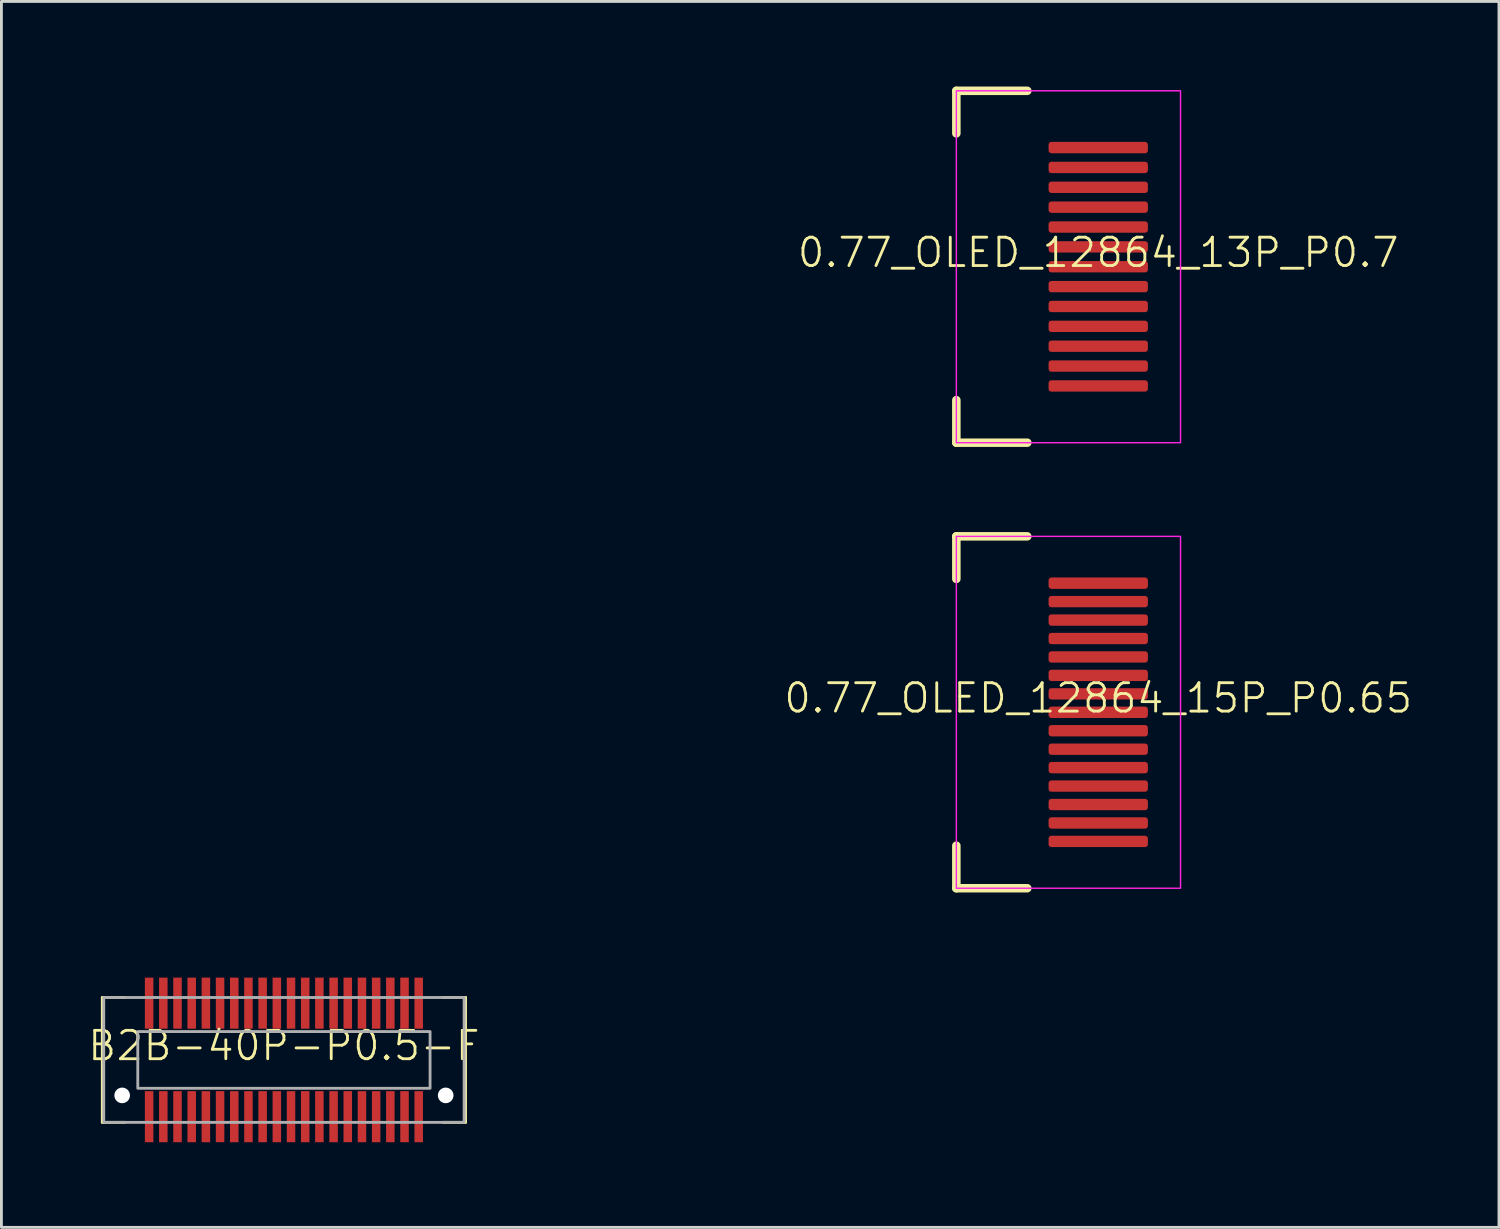
<source format=kicad_pcb>
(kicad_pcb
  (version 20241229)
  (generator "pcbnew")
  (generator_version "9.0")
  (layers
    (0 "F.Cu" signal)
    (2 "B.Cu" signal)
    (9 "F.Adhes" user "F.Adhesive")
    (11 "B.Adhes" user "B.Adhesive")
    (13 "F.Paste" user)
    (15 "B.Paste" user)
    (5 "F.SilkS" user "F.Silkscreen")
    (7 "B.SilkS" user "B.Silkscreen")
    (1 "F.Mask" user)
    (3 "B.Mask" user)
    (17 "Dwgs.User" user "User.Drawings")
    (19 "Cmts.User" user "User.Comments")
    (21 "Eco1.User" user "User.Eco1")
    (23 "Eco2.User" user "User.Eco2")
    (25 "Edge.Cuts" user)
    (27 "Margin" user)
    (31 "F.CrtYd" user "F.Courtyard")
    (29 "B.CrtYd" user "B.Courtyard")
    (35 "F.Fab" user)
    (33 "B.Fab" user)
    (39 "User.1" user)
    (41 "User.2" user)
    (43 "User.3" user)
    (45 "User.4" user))
  (footprint "B2B-40P-P0.5-F"
    (layer "F.Cu")
    (at 6.955 34.3)
    (property "Reference" "B2B-40P-P0.5-F" (at 0 -0.5 0) (unlocked yes) (layer "F.SilkS") (effects (font (size 1 1) (thickness 0.1))))
    (attr smd)
    (fp_line (start -6.4 -2.2) (end -6.4 2.2) (stroke (width 0.1) (type default)) (layer "F.SilkS"))
    (fp_line (start -6.4 -2.2) (end -5.6 -2.2) (stroke (width 0.1) (type default)) (layer "F.SilkS"))
    (fp_line (start -6.4 2.2) (end -5.6 2.2) (stroke (width 0.1) (type default)) (layer "F.SilkS"))
    (fp_line (start 5.6 -2.2) (end 6.4 -2.2) (stroke (width 0.1) (type default)) (layer "F.SilkS"))
    (fp_line (start 5.6 2.2) (end 6.4 2.2) (stroke (width 0.1) (type default)) (layer "F.SilkS"))
    (fp_line (start 6.4 -2.2) (end 6.4 2.2) (stroke (width 0.1) (type default)) (layer "F.SilkS"))
    (fp_rect (start -6.35 -2.2) (end 6.35 2.2) (stroke (width 0.1) (type default)) (fill no) (layer "F.Fab"))
    (fp_rect (start -5.15 -1) (end 5.15 1) (stroke (width 0.1) (type default)) (fill no) (layer "F.Fab"))
    (pad "" np_thru_hole circle (at -5.7 1.25) (size 0.55 0.55) (drill 0.555) (layers "*.Cu" "*.Mask"))
    (pad "" np_thru_hole circle (at 5.7 1.25) (size 0.55 0.55) (drill 0.555) (layers "*.Cu" "*.Mask"))
    (pad "1" smd rect (at -4.75 -2) (size 0.3 1.8) (layers "F.Cu" "F.Mask" "F.Paste"))
    (pad "2" smd rect (at -4.25 -2) (size 0.3 1.8) (layers "F.Cu" "F.Mask" "F.Paste"))
    (pad "3" smd rect (at -3.75 -2) (size 0.3 1.8) (layers "F.Cu" "F.Mask" "F.Paste"))
    (pad "4" smd rect (at -3.25 -2) (size 0.3 1.8) (layers "F.Cu" "F.Mask" "F.Paste"))
    (pad "5" smd rect (at -2.75 -2) (size 0.3 1.8) (layers "F.Cu" "F.Mask" "F.Paste"))
    (pad "6" smd rect (at -2.25 -2) (size 0.3 1.8) (layers "F.Cu" "F.Mask" "F.Paste"))
    (pad "7" smd rect (at -1.75 -2) (size 0.3 1.8) (layers "F.Cu" "F.Mask" "F.Paste"))
    (pad "8" smd rect (at -1.25 -2) (size 0.3 1.8) (layers "F.Cu" "F.Mask" "F.Paste"))
    (pad "9" smd rect (at -0.75 -2) (size 0.3 1.8) (layers "F.Cu" "F.Mask" "F.Paste"))
    (pad "10" smd rect (at -0.25 -2) (size 0.3 1.8) (layers "F.Cu" "F.Mask" "F.Paste"))
    (pad "11" smd rect (at 0.25 -2) (size 0.3 1.8) (layers "F.Cu" "F.Mask" "F.Paste"))
    (pad "12" smd rect (at 0.75 -2) (size 0.3 1.8) (layers "F.Cu" "F.Mask" "F.Paste"))
    (pad "13" smd rect (at 1.25 -2) (size 0.3 1.8) (layers "F.Cu" "F.Mask" "F.Paste"))
    (pad "14" smd rect (at 1.75 -2) (size 0.3 1.8) (layers "F.Cu" "F.Mask" "F.Paste"))
    (pad "15" smd rect (at 2.25 -2) (size 0.3 1.8) (layers "F.Cu" "F.Mask" "F.Paste"))
    (pad "16" smd rect (at 2.75 -2) (size 0.3 1.8) (layers "F.Cu" "F.Mask" "F.Paste"))
    (pad "17" smd rect (at 3.25 -2) (size 0.3 1.8) (layers "F.Cu" "F.Mask" "F.Paste"))
    (pad "18" smd rect (at 3.75 -2) (size 0.3 1.8) (layers "F.Cu" "F.Mask" "F.Paste"))
    (pad "19" smd rect (at 4.25 -2) (size 0.3 1.8) (layers "F.Cu" "F.Mask" "F.Paste"))
    (pad "20" smd rect (at 4.75 -2) (size 0.3 1.8) (layers "F.Cu" "F.Mask" "F.Paste"))
    (pad "21" smd rect (at -4.75 2) (size 0.3 1.8) (layers "F.Cu" "F.Mask" "F.Paste"))
    (pad "22" smd rect (at -4.25 2) (size 0.3 1.8) (layers "F.Cu" "F.Mask" "F.Paste"))
    (pad "23" smd rect (at -3.75 2) (size 0.3 1.8) (layers "F.Cu" "F.Mask" "F.Paste"))
    (pad "24" smd rect (at -3.25 2) (size 0.3 1.8) (layers "F.Cu" "F.Mask" "F.Paste"))
    (pad "25" smd rect (at -2.75 2) (size 0.3 1.8) (layers "F.Cu" "F.Mask" "F.Paste"))
    (pad "26" smd rect (at -2.25 2) (size 0.3 1.8) (layers "F.Cu" "F.Mask" "F.Paste"))
    (pad "27" smd rect (at -1.75 2) (size 0.3 1.8) (layers "F.Cu" "F.Mask" "F.Paste"))
    (pad "28" smd rect (at -1.25 2) (size 0.3 1.8) (layers "F.Cu" "F.Mask" "F.Paste"))
    (pad "29" smd rect (at -0.75 2) (size 0.3 1.8) (layers "F.Cu" "F.Mask" "F.Paste"))
    (pad "30" smd rect (at -0.25 2) (size 0.3 1.8) (layers "F.Cu" "F.Mask" "F.Paste"))
    (pad "31" smd rect (at 0.25 2) (size 0.3 1.8) (layers "F.Cu" "F.Mask" "F.Paste"))
    (pad "32" smd rect (at 0.75 2) (size 0.3 1.8) (layers "F.Cu" "F.Mask" "F.Paste"))
    (pad "33" smd rect (at 1.25 2) (size 0.3 1.8) (layers "F.Cu" "F.Mask" "F.Paste"))
    (pad "34" smd rect (at 1.75 2) (size 0.3 1.8) (layers "F.Cu" "F.Mask" "F.Paste"))
    (pad "35" smd rect (at 2.25 2) (size 0.3 1.8) (layers "F.Cu" "F.Mask" "F.Paste"))
    (pad "36" smd rect (at 2.75 2) (size 0.3 1.8) (layers "F.Cu" "F.Mask" "F.Paste"))
    (pad "37" smd rect (at 3.25 2) (size 0.3 1.8) (layers "F.Cu" "F.Mask" "F.Paste"))
    (pad "38" smd rect (at 3.75 2) (size 0.3 1.8) (layers "F.Cu" "F.Mask" "F.Paste"))
    (pad "39" smd rect (at 4.25 2) (size 0.3 1.8) (layers "F.Cu" "F.Mask" "F.Paste"))
    (pad "40" smd rect (at 4.75 2) (size 0.3 1.8) (layers "F.Cu" "F.Mask" "F.Paste")))
  (footprint "0.77_OLED_12864_15P_P0.65"
    (layer "F.Cu")
    (at 35.65 22.05)
    (property "Reference" "0.77_OLED_12864_15P_P0.65" (at 0 -0.5 0) (unlocked yes) (layer "F.SilkS") (effects (font (size 1 1) (thickness 0.1))))
    (attr smd)
    (fp_line (start -5 -6.2) (end -5 -4.7) (stroke (width 0.3) (type default)) (layer "F.SilkS"))
    (fp_line (start -5 -6.2) (end -2.5 -6.2) (stroke (width 0.3) (type default)) (layer "F.SilkS"))
    (fp_line (start -5 6.2) (end -5 4.7) (stroke (width 0.3) (type default)) (layer "F.SilkS"))
    (fp_line (start -5 6.2) (end -2.5 6.2) (stroke (width 0.3) (type default)) (layer "F.SilkS"))
    (fp_rect (start -5 -6.2) (end 2.9 6.2) (stroke (width 0.05) (type default)) (fill no) (layer "F.CrtYd"))
    (fp_rect (start -35.6 -6.065) (end -12 6.065) (stroke (width 0.1) (type default)) (fill no) (layer "User.1"))
    (fp_rect (start -12 -5) (end 0 5) (stroke (width 0.1) (type default)) (fill no) (layer "User.1"))
    (pad "1" smd roundrect (at 0 4.55) (size 3.5 0.4) (layers "F.Cu" "F.Mask" "F.Paste") (roundrect_rratio 0.25))
    (pad "2" smd roundrect (at 0 3.9) (size 3.5 0.4) (layers "F.Cu" "F.Mask" "F.Paste") (roundrect_rratio 0.25))
    (pad "3" smd roundrect (at 0 3.25) (size 3.5 0.4) (layers "F.Cu" "F.Mask" "F.Paste") (roundrect_rratio 0.25))
    (pad "4" smd roundrect (at 0 2.6) (size 3.5 0.4) (layers "F.Cu" "F.Mask" "F.Paste") (roundrect_rratio 0.25))
    (pad "5" smd roundrect (at 0 1.95) (size 3.5 0.4) (layers "F.Cu" "F.Mask" "F.Paste") (roundrect_rratio 0.25))
    (pad "6" smd roundrect (at 0 1.3) (size 3.5 0.4) (layers "F.Cu" "F.Mask" "F.Paste") (roundrect_rratio 0.25))
    (pad "7" smd roundrect (at 0 0.65) (size 3.5 0.4) (layers "F.Cu" "F.Mask" "F.Paste") (roundrect_rratio 0.25))
    (pad "8" smd roundrect (at 0 0) (size 3.5 0.4) (layers "F.Cu" "F.Mask" "F.Paste") (roundrect_rratio 0.25))
    (pad "9" smd roundrect (at 0 -0.65) (size 3.5 0.4) (layers "F.Cu" "F.Mask" "F.Paste") (roundrect_rratio 0.25))
    (pad "10" smd roundrect (at 0 -1.3) (size 3.5 0.4) (layers "F.Cu" "F.Mask" "F.Paste") (roundrect_rratio 0.25))
    (pad "11" smd roundrect (at 0 -1.95) (size 3.5 0.4) (layers "F.Cu" "F.Mask" "F.Paste") (roundrect_rratio 0.25))
    (pad "12" smd roundrect (at 0 -2.6) (size 3.5 0.4) (layers "F.Cu" "F.Mask" "F.Paste") (roundrect_rratio 0.25))
    (pad "13" smd roundrect (at 0 -3.25) (size 3.5 0.4) (layers "F.Cu" "F.Mask" "F.Paste") (roundrect_rratio 0.25))
    (pad "14" smd roundrect (at 0 -3.9) (size 3.5 0.4) (layers "F.Cu" "F.Mask" "F.Paste") (roundrect_rratio 0.25))
    (pad "15" smd roundrect (at 0 -4.55) (size 3.5 0.4) (layers "F.Cu" "F.Mask" "F.Paste") (roundrect_rratio 0.25)))
  (footprint "0.77_OLED_12864_13P_P0.7"
    (layer "F.Cu")
    (at 35.65 6.35)
    (property "Reference" "0.77_OLED_12864_13P_P0.7" (at 0 -0.5 0) (unlocked yes) (layer "F.SilkS") (effects (font (size 1 1) (thickness 0.1))))
    (attr smd)
    (fp_line (start -5 -6.2) (end -5 -4.7) (stroke (width 0.3) (type default)) (layer "F.SilkS"))
    (fp_line (start -5 -6.2) (end -2.5 -6.2) (stroke (width 0.3) (type default)) (layer "F.SilkS"))
    (fp_line (start -5 6.2) (end -5 4.7) (stroke (width 0.3) (type default)) (layer "F.SilkS"))
    (fp_line (start -5 6.2) (end -2.5 6.2) (stroke (width 0.3) (type default)) (layer "F.SilkS"))
    (fp_rect (start -5 -6.2) (end 2.9 6.2) (stroke (width 0.05) (type default)) (fill no) (layer "F.CrtYd"))
    (fp_rect (start -35.6 -6.065) (end -12 6.065) (stroke (width 0.1) (type default)) (fill no) (layer "User.1"))
    (fp_rect (start -12 -5) (end 0 5) (stroke (width 0.1) (type default)) (fill no) (layer "User.1"))
    (pad "1" smd roundrect (at 0 4.2) (size 3.5 0.4) (layers "F.Cu" "F.Mask" "F.Paste") (roundrect_rratio 0.25))
    (pad "2" smd roundrect (at 0 3.5) (size 3.5 0.4) (layers "F.Cu" "F.Mask" "F.Paste") (roundrect_rratio 0.25))
    (pad "3" smd roundrect (at 0 2.8) (size 3.5 0.4) (layers "F.Cu" "F.Mask" "F.Paste") (roundrect_rratio 0.25))
    (pad "4" smd roundrect (at 0 2.1) (size 3.5 0.4) (layers "F.Cu" "F.Mask" "F.Paste") (roundrect_rratio 0.25))
    (pad "5" smd roundrect (at 0 1.4) (size 3.5 0.4) (layers "F.Cu" "F.Mask" "F.Paste") (roundrect_rratio 0.25))
    (pad "6" smd roundrect (at 0 0.7) (size 3.5 0.4) (layers "F.Cu" "F.Mask" "F.Paste") (roundrect_rratio 0.25))
    (pad "7" smd roundrect (at 0 0) (size 3.5 0.4) (layers "F.Cu" "F.Mask" "F.Paste") (roundrect_rratio 0.25))
    (pad "8" smd roundrect (at 0 -0.7) (size 3.5 0.4) (layers "F.Cu" "F.Mask" "F.Paste") (roundrect_rratio 0.25))
    (pad "9" smd roundrect (at 0 -1.4) (size 3.5 0.4) (layers "F.Cu" "F.Mask" "F.Paste") (roundrect_rratio 0.25))
    (pad "10" smd roundrect (at 0 -2.1) (size 3.5 0.4) (layers "F.Cu" "F.Mask" "F.Paste") (roundrect_rratio 0.25))
    (pad "11" smd roundrect (at 0 -2.8) (size 3.5 0.4) (layers "F.Cu" "F.Mask" "F.Paste") (roundrect_rratio 0.25))
    (pad "12" smd roundrect (at 0 -3.5) (size 3.5 0.4) (layers "F.Cu" "F.Mask" "F.Paste") (roundrect_rratio 0.25))
    (pad "13" smd roundrect (at 0 -4.2) (size 3.5 0.4) (layers "F.Cu" "F.Mask" "F.Paste") (roundrect_rratio 0.25)))
  (gr_rect
    (start -3 -3)
    (end 49.771 40.2)
    (stroke (width 0.1) (type default))
    (fill no)
    (layer "Edge.Cuts")))
</source>
